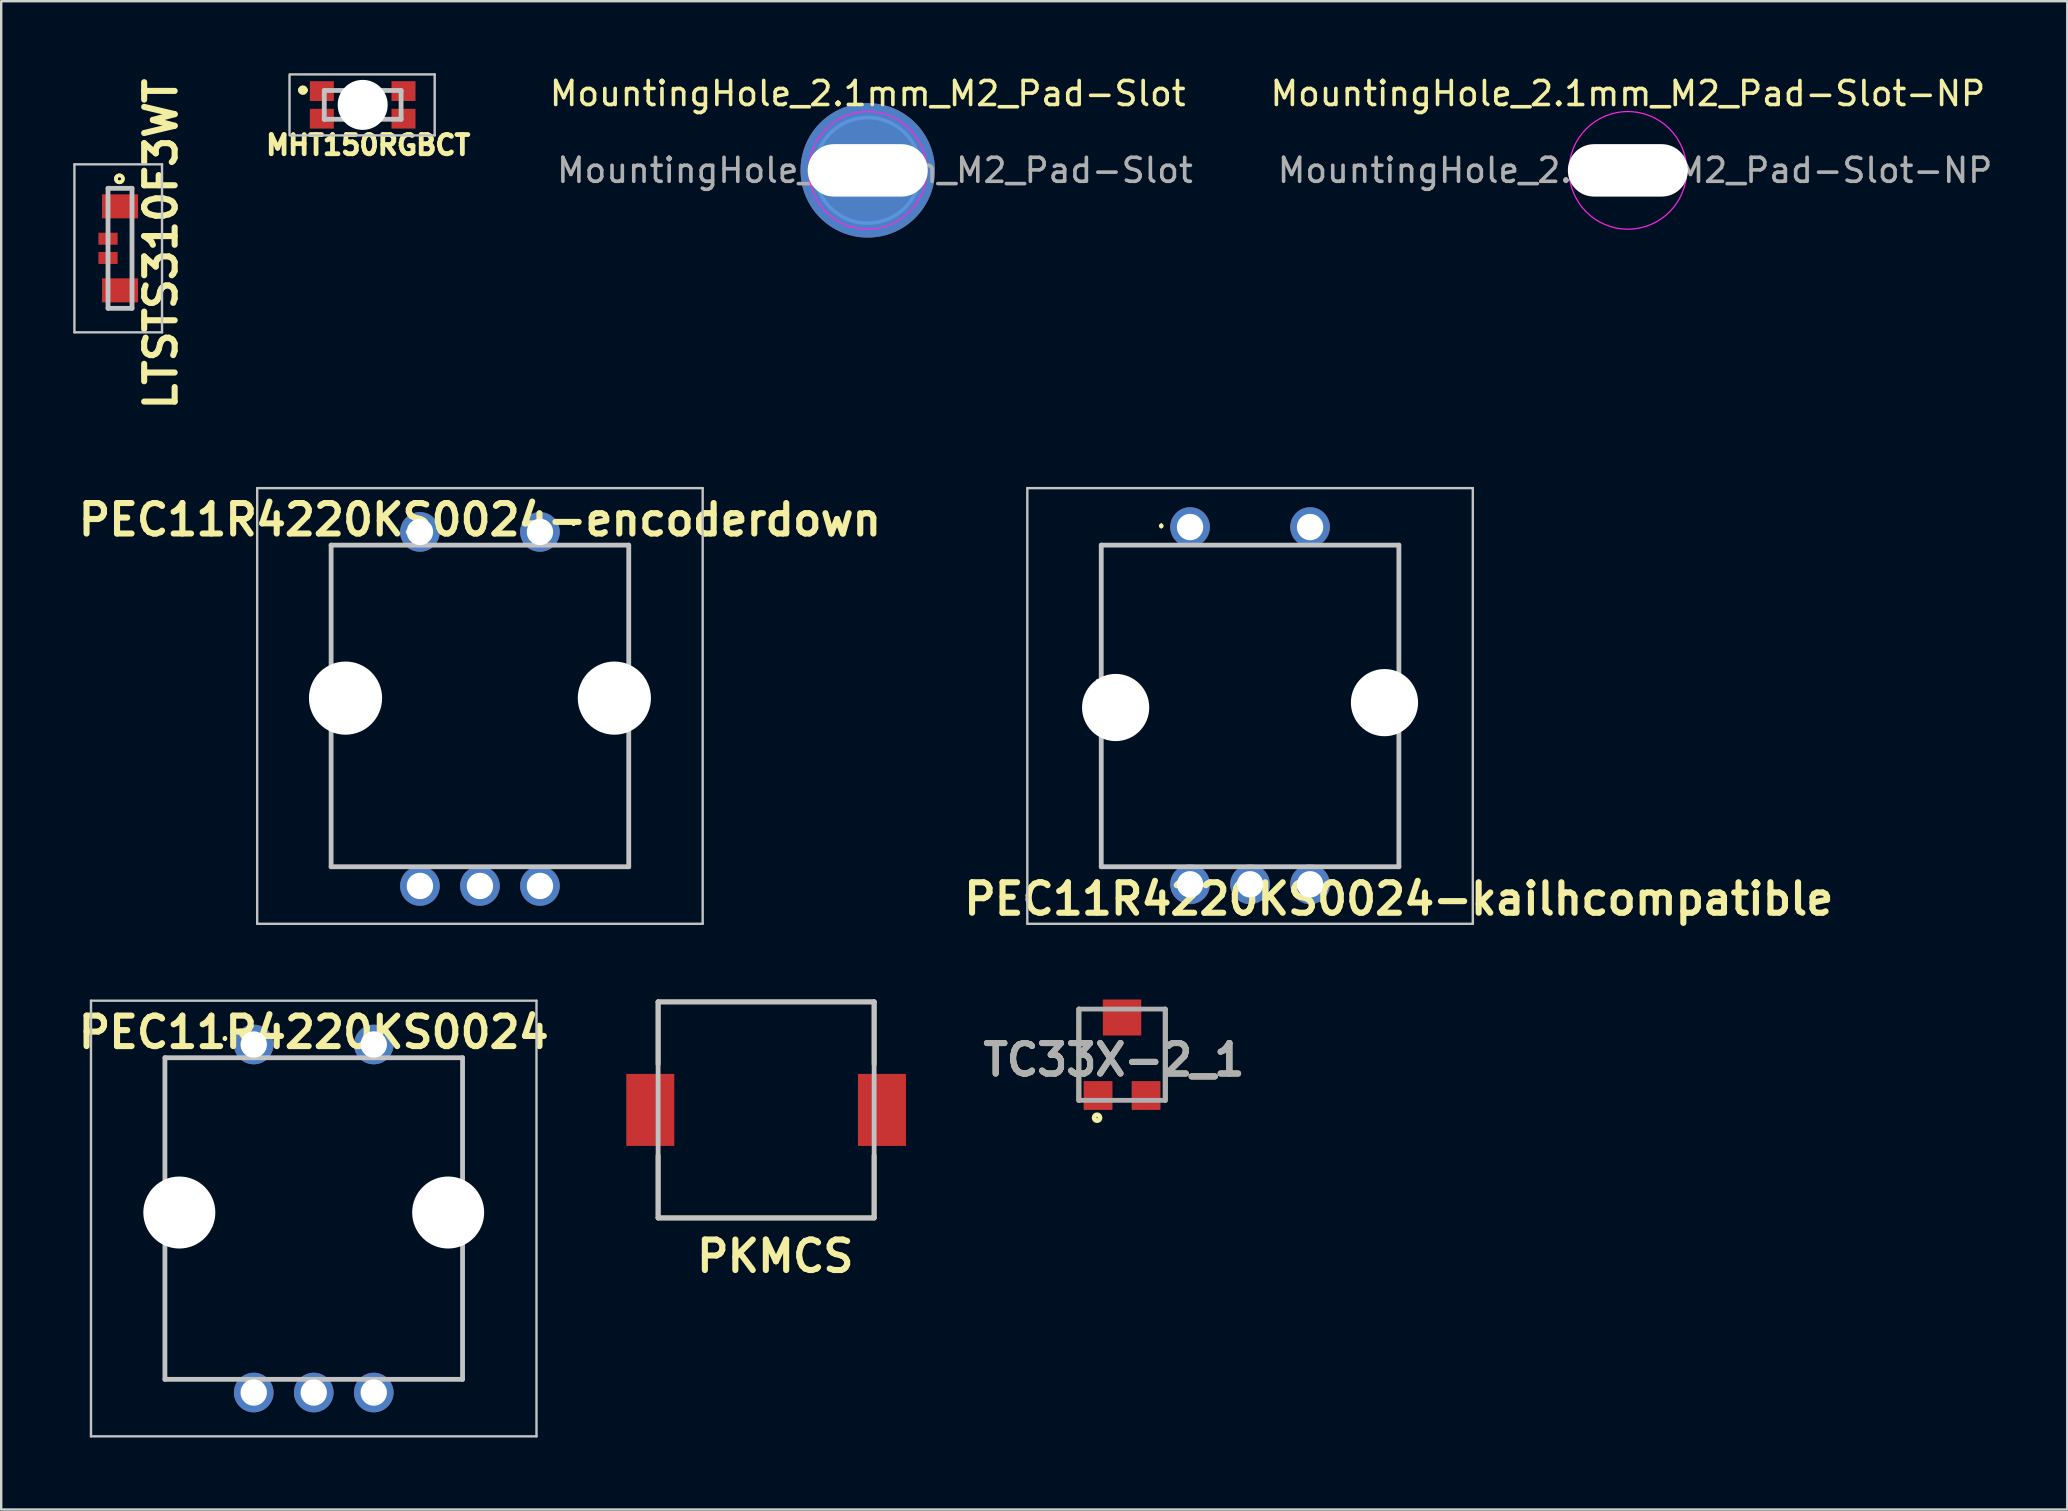
<source format=kicad_pcb>
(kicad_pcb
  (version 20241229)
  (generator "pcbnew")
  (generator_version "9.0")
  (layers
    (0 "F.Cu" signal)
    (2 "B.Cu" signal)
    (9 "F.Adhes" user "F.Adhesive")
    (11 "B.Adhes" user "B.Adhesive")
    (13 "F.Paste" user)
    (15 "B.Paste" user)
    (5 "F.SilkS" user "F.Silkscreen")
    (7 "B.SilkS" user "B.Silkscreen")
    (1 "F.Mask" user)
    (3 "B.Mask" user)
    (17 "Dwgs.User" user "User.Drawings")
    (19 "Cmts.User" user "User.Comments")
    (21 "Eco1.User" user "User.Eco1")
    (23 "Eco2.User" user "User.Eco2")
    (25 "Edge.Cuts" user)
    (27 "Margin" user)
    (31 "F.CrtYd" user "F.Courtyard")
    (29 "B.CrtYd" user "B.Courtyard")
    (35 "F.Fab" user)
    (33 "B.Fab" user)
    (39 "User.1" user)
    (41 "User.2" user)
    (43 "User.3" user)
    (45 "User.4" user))
  (footprint "LTSTS310F3WT"
    (layer "F.Cu")
    (at 1.95 7.296)
    (property "Reference" "LTSTS310F3WT" (at 1.702 -0.178 90) (layer "F.SilkS") (effects (font (size 1.27 1.27) (thickness 0.254))))
    (attr smd)
    (fp_line (start -0.5 -2.5) (end 0.5 -2.5) (stroke (width 0.1) (type solid)) (layer "F.SilkS"))
    (fp_line (start -0.5 2.5) (end 0.5 2.5) (stroke (width 0.1) (type solid)) (layer "F.SilkS"))
    (fp_line (start 0.5 -1) (end 0.5 1) (stroke (width 0.1) (type solid)) (layer "F.SilkS"))
    (fp_circle (center -0.025 -2.896) (end 0.025 -2.845) (stroke (width 0.15) (type solid)) (fill no) (layer "F.SilkS"))
    (fp_circle (center -0.025 -2.896) (end 0.102 -2.819) (stroke (width 0.15) (type solid)) (fill no) (layer "F.SilkS"))
    (fp_line (start -1.9 -3.5) (end 1.75 -3.5) (stroke (width 0.1) (type solid)) (layer "Dwgs.User"))
    (fp_line (start -1.9 3.5) (end -1.9 -3.5) (stroke (width 0.1) (type solid)) (layer "Dwgs.User"))
    (fp_line (start -0.5 -2.5) (end 0.5 -2.5) (stroke (width 0.2) (type solid)) (layer "Dwgs.User"))
    (fp_line (start -0.5 2.5) (end -0.5 -2.5) (stroke (width 0.2) (type solid)) (layer "Dwgs.User"))
    (fp_line (start 0.5 -2.5) (end 0.5 2.5) (stroke (width 0.2) (type solid)) (layer "Dwgs.User"))
    (fp_line (start 0.5 2.5) (end -0.5 2.5) (stroke (width 0.2) (type solid)) (layer "Dwgs.User"))
    (fp_line (start 1.75 -3.5) (end 1.75 3.5) (stroke (width 0.1) (type solid)) (layer "Dwgs.User"))
    (fp_line (start 1.75 3.5) (end -1.9 3.5) (stroke (width 0.1) (type solid)) (layer "Dwgs.User"))
    (pad "1" smd rect (at 0 -1.75 90) (size 1 1.5) (layers "F.Cu" "F.Mask" "F.Paste"))
    (pad "2" smd rect (at -0.5 -0.4 90) (size 0.5 0.8) (layers "F.Cu" "F.Mask" "F.Paste"))
    (pad "3" smd rect (at -0.5 0.4 90) (size 0.5 0.8) (layers "F.Cu" "F.Mask" "F.Paste"))
    (pad "4" smd rect (at 0 1.75 90) (size 1 1.5) (layers "F.Cu" "F.Mask" "F.Paste")))
  (footprint "MountingHole_2.1mm_M2_Pad-Slot"
    (layer "F.Cu")
    (at 33.101 4.048)
    (property "Reference" "MountingHole_2.1mm_M2_Pad-Slot" (at 0 -3.2 0) (layer "F.SilkS") (effects (font (size 1 1) (thickness 0.15))))
    (attr exclude_from_pos_files exclude_from_bom)
    (fp_circle (center 0 0) (end 2.2 0) (stroke (width 0.15) (type solid)) (fill no) (layer "Cmts.User"))
    (fp_circle (center 0 0) (end 2.45 0) (stroke (width 0.05) (type solid)) (fill no) (layer "F.CrtYd"))
    (fp_text user "${REFERENCE}" (at 0.3 0 0) (layer "F.Fab") (effects (font (size 1 1) (thickness 0.15))))
    (pad "1" thru_hole circle (at 0 0) (size 5.6 5.6) (drill oval 5 2.184) (layers "*.Cu" "*.Mask")))
  (footprint "TC33X-2_1"
    (layer "F.Cu")
    (at 43.697 40.891)
    (property "Reference" "TC33X-2_1" (at -0.337 0.209 0) (layer "F.SilkS") (effects (font (size 1.27 1.27) (thickness 0.254))))
    (attr smd)
    (fp_line (start -1.8 -1.9) (end -1.8 1.9) (stroke (width 0.2) (type solid)) (layer "F.SilkS"))
    (fp_line (start 1.8 1.9) (end 1.8 -1.9) (stroke (width 0.2) (type solid)) (layer "F.SilkS"))
    (fp_circle (center -1.041 2.625) (end -1.041 2.647) (stroke (width 0.2) (type solid)) (fill no) (layer "F.SilkS"))
    (fp_line (start -1.8 -1.9) (end 1.8 -1.9) (stroke (width 0.2) (type solid)) (layer "F.Fab"))
    (fp_line (start -1.8 1.9) (end -1.8 -1.9) (stroke (width 0.2) (type solid)) (layer "F.Fab"))
    (fp_line (start 1.8 -1.9) (end 1.8 1.9) (stroke (width 0.2) (type solid)) (layer "F.Fab"))
    (fp_line (start 1.8 1.9) (end -1.8 1.9) (stroke (width 0.2) (type solid)) (layer "F.Fab"))
    (fp_text user "${REFERENCE}" (at -0.337 0.209 0) (layer "F.Fab") (effects (font (size 1.27 1.27) (thickness 0.254))))
    (pad "1" smd rect (at -1 1.7 90) (size 1.2 1.2) (layers "F.Cu" "F.Mask" "F.Paste"))
    (pad "2" smd rect (at 0 -1.55 90) (size 1.5 1.6) (layers "F.Cu" "F.Mask" "F.Paste"))
    (pad "3" smd rect (at 1 1.7 90) (size 1.2 1.2) (layers "F.Cu" "F.Mask" "F.Paste")))
  (footprint "PEC11R4220KS0024-encoderdown"
    (layer "F.Cu")
    (at 16.945 19.111)
    (property "Reference" "PEC11R4220KS0024-encoderdown" (at 0 -0.508 0) (layer "F.SilkS") (effects (font (size 1.27 1.27) (thickness 0.254))))
    (attr through_hole)
    (fp_line (start -6.2 0.55) (end -6.2 4.25) (stroke (width 0.1) (type solid)) (layer "F.SilkS"))
    (fp_line (start -6.2 9.95) (end -6.2 13.95) (stroke (width 0.1) (type solid)) (layer "F.SilkS"))
    (fp_line (start -6.2 13.95) (end -3.6 13.95) (stroke (width 0.1) (type solid)) (layer "F.SilkS"))
    (fp_line (start -3.6 0.55) (end -6.2 0.55) (stroke (width 0.1) (type solid)) (layer "F.SilkS"))
    (fp_line (start -1.5 0.55) (end 1.5 0.55) (stroke (width 0.1) (type solid)) (layer "F.SilkS"))
    (fp_line (start 3.3 13.95) (end 6.2 13.95) (stroke (width 0.1) (type solid)) (layer "F.SilkS"))
    (fp_line (start 3.6 0.55) (end 6.2 0.55) (stroke (width 0.1) (type solid)) (layer "F.SilkS"))
    (fp_line (start 3.9 -0.4) (end 3.9 -0.4) (stroke (width 0.1) (type solid)) (layer "F.SilkS"))
    (fp_line (start 3.9 -0.3) (end 3.9 -0.3) (stroke (width 0.1) (type solid)) (layer "F.SilkS"))
    (fp_line (start 6.2 0.55) (end 6.2 3.95) (stroke (width 0.1) (type solid)) (layer "F.SilkS"))
    (fp_line (start 6.2 13.95) (end 6.2 9.95) (stroke (width 0.1) (type solid)) (layer "F.SilkS"))
    (fp_arc (start 3.9 -0.4) (mid 3.95 -0.35) (end 3.9 -0.3) (stroke (width 0.1) (type solid)) (layer "F.SilkS"))
    (fp_arc (start 3.9 -0.3) (mid 3.85 -0.35) (end 3.9 -0.4) (stroke (width 0.1) (type solid)) (layer "F.SilkS"))
    (fp_line (start -9.28 -1.825) (end 9.28 -1.825) (stroke (width 0.1) (type solid)) (layer "Dwgs.User"))
    (fp_line (start -9.28 16.325) (end -9.28 -1.825) (stroke (width 0.1) (type solid)) (layer "Dwgs.User"))
    (fp_line (start -6.2 0.55) (end 6.2 0.55) (stroke (width 0.2) (type solid)) (layer "Dwgs.User"))
    (fp_line (start -6.2 13.95) (end -6.2 0.55) (stroke (width 0.2) (type solid)) (layer "Dwgs.User"))
    (fp_line (start 6.2 0.55) (end 6.2 13.95) (stroke (width 0.2) (type solid)) (layer "Dwgs.User"))
    (fp_line (start 6.2 13.95) (end -6.2 13.95) (stroke (width 0.2) (type solid)) (layer "Dwgs.User"))
    (fp_line (start 9.28 -1.825) (end 9.28 16.325) (stroke (width 0.1) (type solid)) (layer "Dwgs.User"))
    (fp_line (start 9.28 16.325) (end -9.28 16.325) (stroke (width 0.1) (type solid)) (layer "Dwgs.User"))
    (pad "" np_thru_hole circle (at -5.6 6.924 90) (size 3.048 3.048) (drill 3.048) (layers "*.Cu" "*.Mask"))
    (pad "" np_thru_hole circle (at 5.6 6.924 90) (size 3.048 3.048) (drill 3.048) (layers "*.Cu" "*.Mask"))
    (pad "A" thru_hole circle (at -2.5 14.75 90) (size 1.65 1.65) (drill 1.1) (layers "*.Cu" "*.Mask"))
    (pad "B" thru_hole circle (at 2.5 14.75 90) (size 1.65 1.65) (drill 1.1) (layers "*.Cu" "*.Mask"))
    (pad "C" thru_hole circle (at 0 14.75 90) (size 1.65 1.65) (drill 1.1) (layers "*.Cu" "*.Mask"))
    (pad "S1" thru_hole circle (at 2.5 0 90) (size 1.65 1.65) (drill 1.1) (layers "*.Cu" "*.Mask"))
    (pad "S2" thru_hole circle (at -2.5 0 90) (size 1.65 1.65) (drill 1.1) (layers "*.Cu" "*.Mask")))
  (footprint "PEC11R4220KS0024-kailhcompatible"
    (layer "F.Cu")
    (at 49.03 19.111)
    (property "Reference" "PEC11R4220KS0024-kailhcompatible" (at 6.198 15.291 0) (layer "F.SilkS") (effects (font (size 1.27 1.27) (thickness 0.254))))
    (attr through_hole)
    (fp_line (start -6.2 0.55) (end -6.2 4.25) (stroke (width 0.1) (type solid)) (layer "F.SilkS"))
    (fp_line (start -6.2 9.95) (end -6.2 13.95) (stroke (width 0.1) (type solid)) (layer "F.SilkS"))
    (fp_line (start -6.2 13.95) (end -3.6 13.95) (stroke (width 0.1) (type solid)) (layer "F.SilkS"))
    (fp_line (start -3.7 -0.3) (end -3.7 -0.3) (stroke (width 0.1) (type solid)) (layer "F.SilkS"))
    (fp_line (start -3.7 -0.2) (end -3.7 -0.2) (stroke (width 0.1) (type solid)) (layer "F.SilkS"))
    (fp_line (start -3.6 0.55) (end -6.2 0.55) (stroke (width 0.1) (type solid)) (layer "F.SilkS"))
    (fp_line (start -1.5 0.55) (end 1.5 0.55) (stroke (width 0.1) (type solid)) (layer "F.SilkS"))
    (fp_line (start 3.3 13.95) (end 6.2 13.95) (stroke (width 0.1) (type solid)) (layer "F.SilkS"))
    (fp_line (start 3.6 0.55) (end 6.2 0.55) (stroke (width 0.1) (type solid)) (layer "F.SilkS"))
    (fp_line (start 6.2 0.55) (end 6.2 3.95) (stroke (width 0.1) (type solid)) (layer "F.SilkS"))
    (fp_line (start 6.2 13.95) (end 6.2 9.95) (stroke (width 0.1) (type solid)) (layer "F.SilkS"))
    (fp_arc (start -3.7 -0.3) (mid -3.65 -0.25) (end -3.7 -0.2) (stroke (width 0.1) (type solid)) (layer "F.SilkS"))
    (fp_arc (start -3.7 -0.2) (mid -3.75 -0.25) (end -3.7 -0.3) (stroke (width 0.1) (type solid)) (layer "F.SilkS"))
    (fp_line (start -6.35 6.198) (end -6.35 6.579) (stroke (width 0.15) (type solid)) (layer "B.SilkS"))
    (fp_line (start -5.969 6.579) (end -6.35 6.579) (stroke (width 0.15) (type solid)) (layer "B.SilkS"))
    (fp_line (start -9.28 -1.825) (end 9.28 -1.825) (stroke (width 0.1) (type solid)) (layer "Dwgs.User"))
    (fp_line (start -9.28 16.325) (end -9.28 -1.825) (stroke (width 0.1) (type solid)) (layer "Dwgs.User"))
    (fp_line (start -6.2 0.55) (end 6.2 0.55) (stroke (width 0.2) (type solid)) (layer "Dwgs.User"))
    (fp_line (start -6.2 13.95) (end -6.2 0.55) (stroke (width 0.2) (type solid)) (layer "Dwgs.User"))
    (fp_line (start 6.2 0.55) (end 6.2 13.95) (stroke (width 0.2) (type solid)) (layer "Dwgs.User"))
    (fp_line (start 6.2 13.95) (end -6.2 13.95) (stroke (width 0.2) (type solid)) (layer "Dwgs.User"))
    (fp_line (start 9.28 -1.825) (end 9.28 16.325) (stroke (width 0.1) (type solid)) (layer "Dwgs.User"))
    (fp_line (start 9.28 16.325) (end -9.28 16.325) (stroke (width 0.1) (type solid)) (layer "Dwgs.User"))
    (pad "" np_thru_hole circle (at -5.6 7.315 90) (size 2.8 2.8) (drill 2.8) (layers "*.Cu" "*.Mask"))
    (pad "" np_thru_hole circle (at 5.6 7.112 90) (size 2.8 2.8) (drill 2.8) (layers "*.Cu" "*.Mask"))
    (pad "A" thru_hole circle (at -2.5 14.681 90) (size 1.65 1.65) (drill 1.1) (layers "*.Cu" "*.Mask"))
    (pad "B" thru_hole circle (at 2.5 14.681 90) (size 1.65 1.65) (drill 1.1) (layers "*.Cu" "*.Mask"))
    (pad "C" thru_hole circle (at -0.000083 14.681 90) (size 1.65 1.65) (drill 1.1) (layers "*.Cu" "*.Mask"))
    (pad "S1" thru_hole circle (at -2.5 -0.203 90) (size 1.65 1.65) (drill 1.1) (layers "*.Cu" "*.Mask"))
    (pad "S2" thru_hole circle (at 2.5 -0.203 90) (size 1.65 1.65) (drill 1.1) (layers "*.Cu" "*.Mask")))
  (footprint "MountingHole_2.1mm_M2_Pad-Slot-NP"
    (layer "F.Cu")
    (at 64.77 4.048)
    (property "Reference" "MountingHole_2.1mm_M2_Pad-Slot-NP" (at 0 -3.2 0) (layer "F.SilkS") (effects (font (size 1 1) (thickness 0.15))))
    (attr exclude_from_pos_files exclude_from_bom)
    (fp_circle (center 0 0) (end 2.45 0) (stroke (width 0.05) (type solid)) (fill no) (layer "F.CrtYd"))
    (fp_text user "${REFERENCE}" (at 0.3 0 0) (layer "F.Fab") (effects (font (size 1 1) (thickness 0.15))))
    (pad "" np_thru_hole oval (at 0 0) (size 5 2.184) (drill oval 5 2.184) (layers "*.Cu" "*.Mask")))
  (footprint "PKMCS"
    (layer "F.Cu")
    (at 28.868 43.191)
    (property "Reference" "PKMCS" (at 0.381 6.096 0) (layer "F.SilkS") (effects (font (size 1.27 1.27) (thickness 0.254))))
    (attr smd)
    (fp_line (start -4.5 -4.5) (end -4.5 -1.9) (stroke (width 0.2) (type solid)) (layer "F.SilkS"))
    (fp_line (start -4.5 -4.5) (end 4.5 -4.5) (stroke (width 0.2) (type solid)) (layer "F.SilkS"))
    (fp_line (start -4.5 4.5) (end -4.5 1.9) (stroke (width 0.2) (type solid)) (layer "F.SilkS"))
    (fp_line (start 4.5 -4.5) (end 4.5 -1.9) (stroke (width 0.2) (type solid)) (layer "F.SilkS"))
    (fp_line (start 4.5 4.5) (end -4.5 4.5) (stroke (width 0.2) (type solid)) (layer "F.SilkS"))
    (fp_line (start 4.5 4.5) (end 4.5 1.9) (stroke (width 0.2) (type solid)) (layer "F.SilkS"))
    (fp_line (start -4.5 -4.5) (end 4.5 -4.5) (stroke (width 0.2) (type solid)) (layer "Dwgs.User"))
    (fp_line (start -4.5 4.5) (end -4.5 -4.5) (stroke (width 0.2) (type solid)) (layer "Dwgs.User"))
    (fp_line (start 4.5 -4.5) (end 4.5 4.5) (stroke (width 0.2) (type solid)) (layer "Dwgs.User"))
    (fp_line (start 4.5 4.5) (end -4.5 4.5) (stroke (width 0.2) (type solid)) (layer "Dwgs.User"))
    (pad "1" smd rect (at -4.826 0) (size 2 3) (layers "F.Cu" "F.Mask" "F.Paste"))
    (pad "2" smd rect (at 4.826 0) (size 2 3) (layers "F.Cu" "F.Mask" "F.Paste")))
  (footprint "PEC11R4220KS0024"
    (layer "F.Cu")
    (at 10.021 40.466)
    (property "Reference" "PEC11R4220KS0024" (at 0 -0.508 0) (layer "F.SilkS") (effects (font (size 1.27 1.27) (thickness 0.254))))
    (attr through_hole)
    (fp_line (start -6.2 0.55) (end -6.2 4.25) (stroke (width 0.1) (type solid)) (layer "F.SilkS"))
    (fp_line (start -6.2 9.95) (end -6.2 13.95) (stroke (width 0.1) (type solid)) (layer "F.SilkS"))
    (fp_line (start -6.2 13.95) (end -3.6 13.95) (stroke (width 0.1) (type solid)) (layer "F.SilkS"))
    (fp_line (start -3.7 -0.3) (end -3.7 -0.3) (stroke (width 0.1) (type solid)) (layer "F.SilkS"))
    (fp_line (start -3.7 -0.2) (end -3.7 -0.2) (stroke (width 0.1) (type solid)) (layer "F.SilkS"))
    (fp_line (start -3.6 0.55) (end -6.2 0.55) (stroke (width 0.1) (type solid)) (layer "F.SilkS"))
    (fp_line (start -1.5 0.55) (end 1.5 0.55) (stroke (width 0.1) (type solid)) (layer "F.SilkS"))
    (fp_line (start 3.3 13.95) (end 6.2 13.95) (stroke (width 0.1) (type solid)) (layer "F.SilkS"))
    (fp_line (start 3.6 0.55) (end 6.2 0.55) (stroke (width 0.1) (type solid)) (layer "F.SilkS"))
    (fp_line (start 6.2 0.55) (end 6.2 3.95) (stroke (width 0.1) (type solid)) (layer "F.SilkS"))
    (fp_line (start 6.2 13.95) (end 6.2 9.95) (stroke (width 0.1) (type solid)) (layer "F.SilkS"))
    (fp_arc (start -3.7 -0.3) (mid -3.65 -0.25) (end -3.7 -0.2) (stroke (width 0.1) (type solid)) (layer "F.SilkS"))
    (fp_arc (start -3.7 -0.2) (mid -3.75 -0.25) (end -3.7 -0.3) (stroke (width 0.1) (type solid)) (layer "F.SilkS"))
    (fp_line (start -9.28 -1.825) (end 9.28 -1.825) (stroke (width 0.1) (type solid)) (layer "Dwgs.User"))
    (fp_line (start -9.28 16.325) (end -9.28 -1.825) (stroke (width 0.1) (type solid)) (layer "Dwgs.User"))
    (fp_line (start -6.2 0.55) (end 6.2 0.55) (stroke (width 0.2) (type solid)) (layer "Dwgs.User"))
    (fp_line (start -6.2 13.95) (end -6.2 0.55) (stroke (width 0.2) (type solid)) (layer "Dwgs.User"))
    (fp_line (start 6.2 0.55) (end 6.2 13.95) (stroke (width 0.2) (type solid)) (layer "Dwgs.User"))
    (fp_line (start 6.2 13.95) (end -6.2 13.95) (stroke (width 0.2) (type solid)) (layer "Dwgs.User"))
    (fp_line (start 9.28 -1.825) (end 9.28 16.325) (stroke (width 0.1) (type solid)) (layer "Dwgs.User"))
    (fp_line (start 9.28 16.325) (end -9.28 16.325) (stroke (width 0.1) (type solid)) (layer "Dwgs.User"))
    (pad "" np_thru_hole circle (at -5.6 7 90) (size 3 3) (drill 3) (layers "*.Cu" "*.Mask"))
    (pad "" np_thru_hole circle (at 5.6 7 90) (size 3 3) (drill 3) (layers "*.Cu" "*.Mask"))
    (pad "A" thru_hole circle (at -2.5 14.5 90) (size 1.65 1.65) (drill 1.1) (layers "*.Cu" "*.Mask"))
    (pad "B" thru_hole circle (at 2.5 14.5 90) (size 1.65 1.65) (drill 1.1) (layers "*.Cu" "*.Mask"))
    (pad "C" thru_hole circle (at 0 14.5 90) (size 1.65 1.65) (drill 1.1) (layers "*.Cu" "*.Mask"))
    (pad "S1" thru_hole circle (at -2.5 0 90) (size 1.65 1.65) (drill 1.1) (layers "*.Cu" "*.Mask"))
    (pad "S2" thru_hole circle (at 2.5 0 90) (size 1.65 1.65) (drill 1.1) (layers "*.Cu" "*.Mask")))
  (footprint "MHT150RGBCT"
    (layer "F.Cu")
    (at 12.06 1.32)
    (property "Reference" "MHT150RGBCT" (at 0.229 1.676 0) (layer "F.SilkS") (effects (font (size 0.8 0.8) (thickness 0.2))))
    (attr through_hole)
    (fp_line (start -2.591 -0.614) (end -2.591 -0.614) (stroke (width 0.2) (type solid)) (layer "F.SilkS"))
    (fp_line (start -2.391 -0.614) (end -2.391 -0.614) (stroke (width 0.2) (type solid)) (layer "F.SilkS"))
    (fp_arc (start -2.5906 -0.6142) (mid -2.4906 -0.7142) (end -2.3906 -0.6142) (stroke (width 0.2) (type solid)) (layer "F.SilkS"))
    (fp_arc (start -2.3906 -0.6142) (mid -2.4906 -0.5142) (end -2.5906 -0.6142) (stroke (width 0.2) (type solid)) (layer "F.SilkS"))
    (fp_line (start -3.048 1.27) (end -3.048 -1.27) (stroke (width 0.1) (type solid)) (layer "Dwgs.User"))
    (fp_line (start -3 -1.27) (end 3 -1.27) (stroke (width 0.1) (type solid)) (layer "Dwgs.User"))
    (fp_line (start -1.6 -0.6) (end 1.6 -0.6) (stroke (width 0.2) (type solid)) (layer "Dwgs.User"))
    (fp_line (start -1.6 0.6) (end -1.6 -0.6) (stroke (width 0.2) (type solid)) (layer "Dwgs.User"))
    (fp_line (start 1.6 -0.6) (end 1.6 0.6) (stroke (width 0.2) (type solid)) (layer "Dwgs.User"))
    (fp_line (start 1.6 0.6) (end -1.6 0.6) (stroke (width 0.2) (type solid)) (layer "Dwgs.User"))
    (fp_line (start 3 -1.27) (end 3 1.27) (stroke (width 0.1) (type solid)) (layer "Dwgs.User"))
    (fp_line (start 3 1.27) (end -2.997 1.27) (stroke (width 0.1) (type solid)) (layer "Dwgs.User"))
    (pad "" np_thru_hole circle (at 0 0 90) (size 2.083 2.083) (drill 2.083) (layers "*.Cu" "*.Mask"))
    (pad "1" smd rect (at -1.702 -0.575 90) (size 0.825 1) (layers "F.Cu" "F.Mask" "F.Paste"))
    (pad "2" smd rect (at -1.702 0.575 90) (size 0.825 1) (layers "F.Cu" "F.Mask" "F.Paste"))
    (pad "3" smd rect (at 1.701 0.575 90) (size 0.825 1) (layers "F.Cu" "F.Mask" "F.Paste"))
    (pad "4" smd rect (at 1.701 -0.575 90) (size 0.825 1) (layers "F.Cu" "F.Mask" "F.Paste")))
  (gr_rect
    (start -3 -3)
    (end 83.076 59.841)
    (stroke (width 0.1) (type default))
    (fill no)
    (layer "Edge.Cuts")))
</source>
